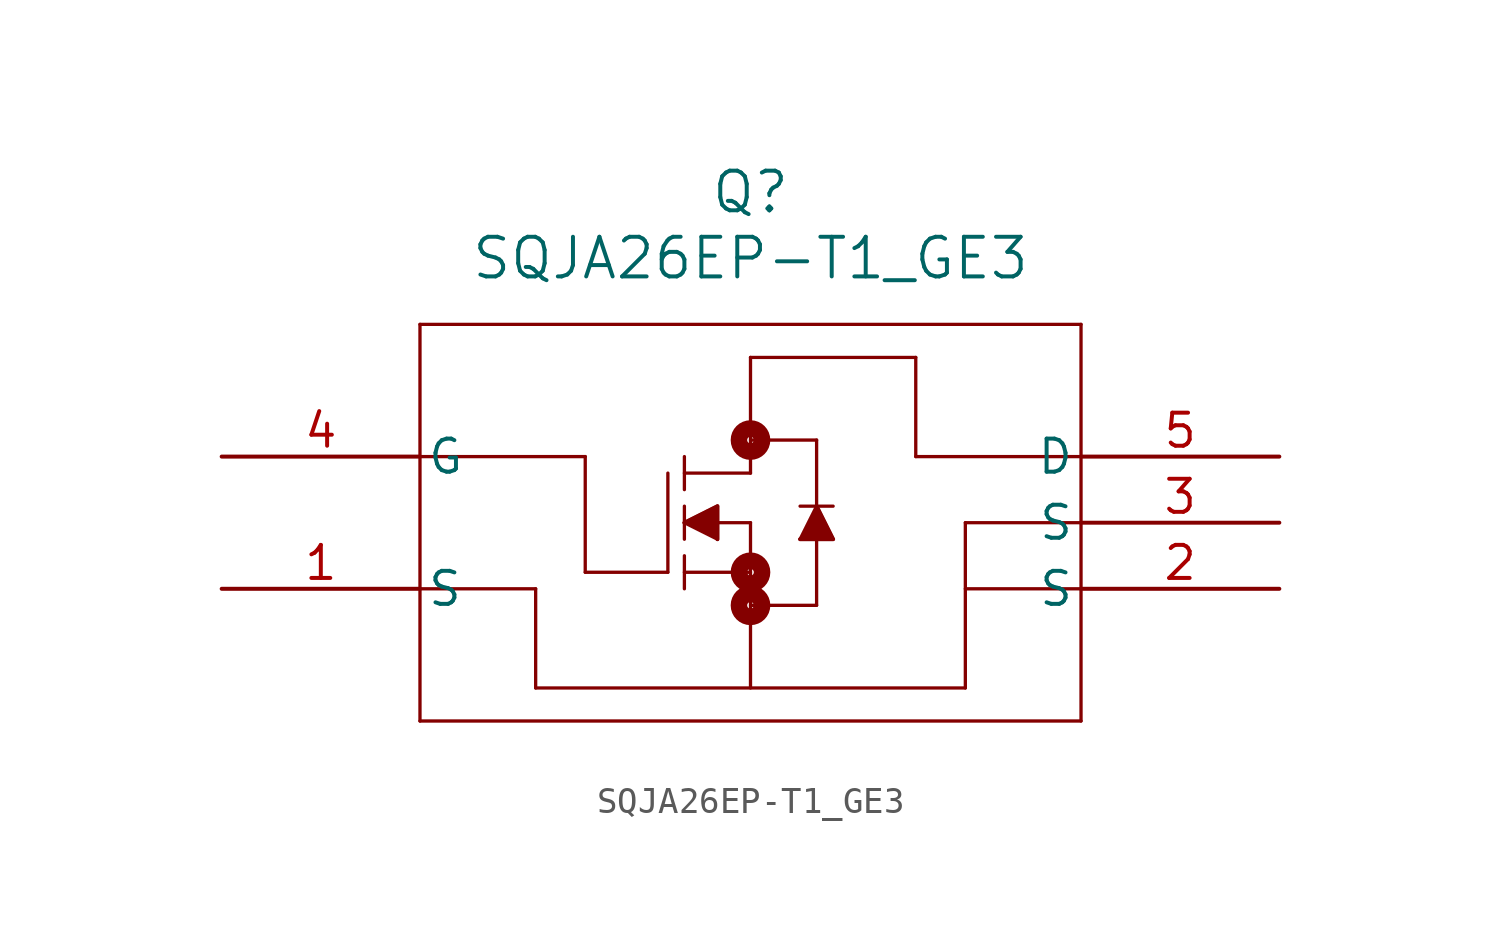
<source format=kicad_sym>
(kicad_symbol_lib
  (version 20241209)
  (generator "kicad_symbol_editor")
  (generator_version "9.0")
  (symbol "SQJA26EP-T1_GE3"
    (pin_names
      (offset 0.254))
    (property "Reference" "Q"
      (at 0 12.7 0)
      (effects (font (size 1.524 1.524))))
    (property "Value" "SQJA26EP-T1_GE3"
      (at 0 10.16 0)
      (effects (font (size 1.524 1.524))))
    (property "ki_locked" ""
      (at 0 0 0)
      (effects (font (size 1.27 1.27))))
    (symbol "SQJA26EP-T1_GE3_0_1"
      (polyline (pts (xy -12.7 7.62) (xy -12.7 -7.62)) (stroke (width 0.127) (type default)) (fill (type none)))
      (polyline (pts (xy -12.7 2.54) (xy -6.35 2.54)) (stroke (width 0.127) (type default)) (fill (type none)))
      (polyline (pts (xy -12.7 -2.54) (xy -8.255 -2.54)) (stroke (width 0.127) (type default)) (fill (type none)))
      (polyline (pts (xy -12.7 -7.62) (xy 12.7 -7.62)) (stroke (width 0.127) (type default)) (fill (type none)))
      (polyline (pts (xy -8.255 -2.54) (xy -8.255 -6.35)) (stroke (width 0.127) (type default)) (fill (type none)))
      (polyline (pts (xy -8.255 -6.35) (xy 8.255 -6.35)) (stroke (width 0.127) (type default)) (fill (type none)))
      (polyline (pts (xy -6.35 2.54) (xy -6.35 -1.905)) (stroke (width 0.127) (type default)) (fill (type none)))
      (polyline (pts (xy -6.35 -1.905) (xy -3.175 -1.905)) (stroke (width 0.127) (type default)) (fill (type none)))
      (polyline (pts (xy -3.175 1.905) (xy -3.175 -1.905)) (stroke (width 0.127) (type default)) (fill (type none)))
      (polyline (pts (xy -2.54 1.905) (xy 0 1.905)) (stroke (width 0.127) (type default)) (fill (type none)))
      (polyline (pts (xy -2.54 1.27) (xy -2.54 2.54)) (stroke (width 0.127) (type default)) (fill (type none)))
      (polyline (pts (xy -2.54 0.635) (xy -2.54 -0.635)) (stroke (width 0.127) (type default)) (fill (type none)))
      (polyline (pts (xy -2.54 0) (xy -1.27 0.635)) (stroke (width 0.127) (type default)) (fill (type none)))
      (polyline (pts (xy -2.54 0) (xy -1.27 -0.635)) (stroke (width 0.127) (type default)) (fill (type none)))
      (polyline (pts (xy -2.54 0) (xy -1.27 0.635) (xy -1.27 -0.635)) (stroke (width 0) (type default)) (fill (type outline)))
      (polyline (pts (xy -2.54 -1.27) (xy -2.54 -2.54)) (stroke (width 0.127) (type default)) (fill (type none)))
      (polyline (pts (xy -2.54 -1.905) (xy 0 -1.905)) (stroke (width 0.127) (type default)) (fill (type none)))
      (polyline (pts (xy -1.27 0.635) (xy -1.27 -0.635)) (stroke (width 0.127) (type default)) (fill (type none)))
      (circle (center 0 3.175) (radius 0.127) (stroke (width 0.635) (type default)) (fill (type none)))
      (polyline (pts (xy 0 3.175) (xy 2.54 3.175)) (stroke (width 0.127) (type default)) (fill (type none)))
      (polyline (pts (xy 0 1.905) (xy 0 6.35)) (stroke (width 0.127) (type default)) (fill (type none)))
      (polyline (pts (xy 0 0) (xy -2.54 0)) (stroke (width 0.127) (type default)) (fill (type none)))
      (polyline (pts (xy 0 0) (xy 0 -6.35)) (stroke (width 0.127) (type default)) (fill (type none)))
      (circle (center 0 -1.905) (radius 0.127) (stroke (width 0.635) (type default)) (fill (type none)))
      (polyline (pts (xy 0 -3.175) (xy 2.54 -3.175)) (stroke (width 0.127) (type default)) (fill (type none)))
      (circle (center 0 -3.175) (radius 0.127) (stroke (width 0.635) (type default)) (fill (type none)))
      (polyline (pts (xy 1.905 0.635) (xy 3.175 0.635)) (stroke (width 0.127) (type default)) (fill (type none)))
      (polyline (pts (xy 1.905 -0.635) (xy 3.175 -0.635)) (stroke (width 0.127) (type default)) (fill (type none)))
      (polyline (pts (xy 1.905 -0.635) (xy 3.175 -0.635) (xy 2.54 0.635)) (stroke (width 0) (type default)) (fill (type outline)))
      (polyline (pts (xy 2.54 0.635) (xy 1.905 -0.635)) (stroke (width 0.127) (type default)) (fill (type none)))
      (polyline (pts (xy 2.54 -3.175) (xy 2.54 3.175)) (stroke (width 0.127) (type default)) (fill (type none)))
      (polyline (pts (xy 3.175 -0.635) (xy 2.54 0.635)) (stroke (width 0.127) (type default)) (fill (type none)))
      (polyline (pts (xy 6.35 6.35) (xy 0 6.35)) (stroke (width 0.127) (type default)) (fill (type none)))
      (polyline (pts (xy 6.35 2.54) (xy 6.35 6.35)) (stroke (width 0.127) (type default)) (fill (type none)))
      (polyline (pts (xy 8.255 0) (xy 12.7 0)) (stroke (width 0.127) (type default)) (fill (type none)))
      (polyline (pts (xy 8.255 -6.35) (xy 8.255 0)) (stroke (width 0.127) (type default)) (fill (type none)))
      (polyline (pts (xy 12.7 7.62) (xy -12.7 7.62)) (stroke (width 0.127) (type default)) (fill (type none)))
      (polyline (pts (xy 12.7 2.54) (xy 6.35 2.54)) (stroke (width 0.127) (type default)) (fill (type none)))
      (polyline (pts (xy 12.7 -2.54) (xy 8.255 -2.54)) (stroke (width 0.127) (type default)) (fill (type none)))
      (polyline (pts (xy 12.7 -7.62) (xy 12.7 7.62)) (stroke (width 0.127) (type default)) (fill (type none)))
      (pin unspecified line (at -20.32 2.54 0) (length 7.62) (name "G" (effects (font (size 1.27 1.27)))) (number "4" (effects (font (size 1.27 1.27)))))
      (pin unspecified line (at -20.32 -2.54 0) (length 7.62) (name "S" (effects (font (size 1.27 1.27)))) (number "1" (effects (font (size 1.27 1.27)))))
      (pin unspecified line (at 20.32 2.54 180) (length 7.62) (name "D" (effects (font (size 1.27 1.27)))) (number "5" (effects (font (size 1.27 1.27)))))
      (pin unspecified line (at 20.32 0 180) (length 7.62) (name "S" (effects (font (size 1.27 1.27)))) (number "3" (effects (font (size 1.27 1.27)))))
      (pin unspecified line (at 20.32 -2.54 180) (length 7.62) (name "S" (effects (font (size 1.27 1.27)))) (number "2" (effects (font (size 1.27 1.27))))))))
</source>
